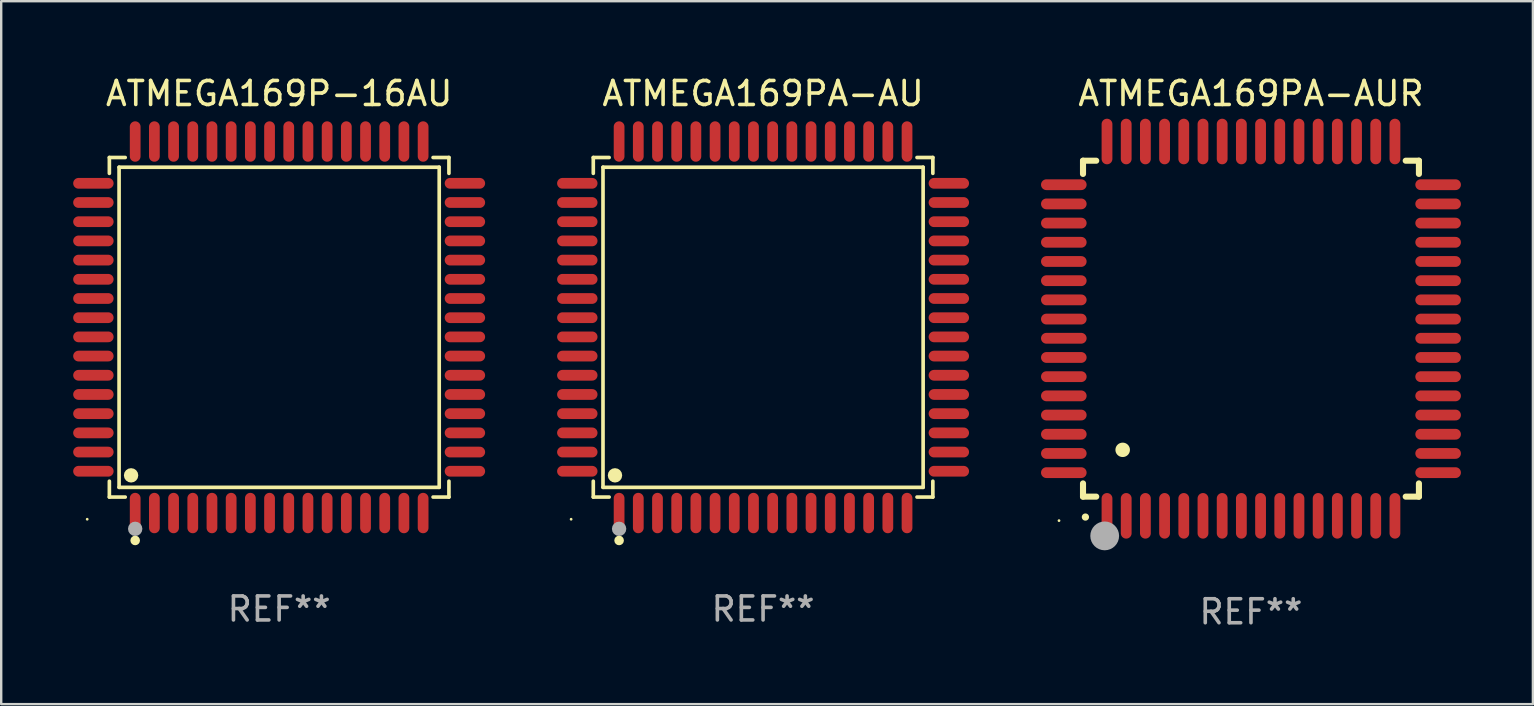
<source format=kicad_pcb>
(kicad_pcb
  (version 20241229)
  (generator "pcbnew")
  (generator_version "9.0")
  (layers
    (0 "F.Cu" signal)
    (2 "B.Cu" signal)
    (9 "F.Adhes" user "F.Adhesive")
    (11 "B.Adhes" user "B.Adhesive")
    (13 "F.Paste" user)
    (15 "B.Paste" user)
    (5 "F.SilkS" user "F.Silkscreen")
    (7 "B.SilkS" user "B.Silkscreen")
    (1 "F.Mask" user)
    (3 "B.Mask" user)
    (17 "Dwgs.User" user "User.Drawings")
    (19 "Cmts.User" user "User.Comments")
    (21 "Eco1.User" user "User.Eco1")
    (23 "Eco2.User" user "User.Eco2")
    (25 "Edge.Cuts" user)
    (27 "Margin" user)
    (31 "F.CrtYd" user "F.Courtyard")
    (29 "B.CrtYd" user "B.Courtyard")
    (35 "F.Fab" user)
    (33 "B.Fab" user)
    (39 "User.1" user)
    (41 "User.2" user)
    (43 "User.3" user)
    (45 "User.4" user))
  (footprint "ATMEGA169PA-AU"
    (layer "F.Cu")
    (at 28.752 10.59)
    (property "Reference" "ATMEGA169PA-AU" (at 0 -9.742 0) (layer "F.SilkS") (effects (font (size 1 1) (thickness 0.15))))
    (attr through_hole)
    (fp_line (start -7.076 -7.076) (end -6.415 -7.076) (stroke (width 0.152) (type solid)) (layer "F.SilkS"))
    (fp_line (start -7.076 -6.415) (end -7.076 -7.076) (stroke (width 0.152) (type solid)) (layer "F.SilkS"))
    (fp_line (start -7.076 6.415) (end -7.076 7.076) (stroke (width 0.152) (type solid)) (layer "F.SilkS"))
    (fp_line (start -7.076 7.076) (end -6.415 7.076) (stroke (width 0.152) (type solid)) (layer "F.SilkS"))
    (fp_line (start -6.671 -6.671) (end 6.671 -6.671) (stroke (width 0.152) (type solid)) (layer "F.SilkS"))
    (fp_line (start -6.671 6.671) (end -6.671 -6.671) (stroke (width 0.152) (type solid)) (layer "F.SilkS"))
    (fp_line (start 6.671 -6.671) (end 6.671 6.671) (stroke (width 0.152) (type solid)) (layer "F.SilkS"))
    (fp_line (start 6.671 6.671) (end -6.671 6.671) (stroke (width 0.152) (type solid)) (layer "F.SilkS"))
    (fp_line (start 7.076 -7.076) (end 6.415 -7.076) (stroke (width 0.152) (type solid)) (layer "F.SilkS"))
    (fp_line (start 7.076 -6.415) (end 7.076 -7.076) (stroke (width 0.152) (type solid)) (layer "F.SilkS"))
    (fp_line (start 7.076 6.415) (end 7.076 7.076) (stroke (width 0.152) (type solid)) (layer "F.SilkS"))
    (fp_line (start 7.076 7.076) (end 6.415 7.076) (stroke (width 0.152) (type solid)) (layer "F.SilkS"))
    (fp_circle (center -8 8) (end -7.97 8) (stroke (width 0.06) (type solid)) (fill no) (layer "F.SilkS"))
    (fp_circle (center -6.171 6.171) (end -6.021 6.171) (stroke (width 0.3) (type solid)) (fill no) (layer "F.SilkS"))
    (fp_circle (center -6 8.884) (end -5.9 8.884) (stroke (width 0.2) (type solid)) (fill no) (layer "F.SilkS"))
    (fp_circle (center -6 8.4) (end -5.85 8.4) (stroke (width 0.3) (type solid)) (fill no) (layer "F.Fab"))
    (fp_text user "REF**" (at 0 11.742 0) (layer "F.Fab") (effects (font (size 1 1) (thickness 0.15))))
    (pad "1" smd oval (at -6 7.742) (size 0.448 1.684) (layers "F.Cu" "F.Mask" "F.Paste"))
    (pad "2" smd oval (at -5.2 7.742) (size 0.448 1.684) (layers "F.Cu" "F.Mask" "F.Paste"))
    (pad "3" smd oval (at -4.4 7.742) (size 0.448 1.684) (layers "F.Cu" "F.Mask" "F.Paste"))
    (pad "4" smd oval (at -3.6 7.742) (size 0.448 1.684) (layers "F.Cu" "F.Mask" "F.Paste"))
    (pad "5" smd oval (at -2.8 7.742) (size 0.448 1.684) (layers "F.Cu" "F.Mask" "F.Paste"))
    (pad "6" smd oval (at -2 7.742) (size 0.448 1.684) (layers "F.Cu" "F.Mask" "F.Paste"))
    (pad "7" smd oval (at -1.2 7.742) (size 0.448 1.684) (layers "F.Cu" "F.Mask" "F.Paste"))
    (pad "8" smd oval (at -0.4 7.742) (size 0.448 1.684) (layers "F.Cu" "F.Mask" "F.Paste"))
    (pad "9" smd oval (at 0.4 7.742) (size 0.448 1.684) (layers "F.Cu" "F.Mask" "F.Paste"))
    (pad "10" smd oval (at 1.2 7.742) (size 0.448 1.684) (layers "F.Cu" "F.Mask" "F.Paste"))
    (pad "11" smd oval (at 2 7.742) (size 0.448 1.684) (layers "F.Cu" "F.Mask" "F.Paste"))
    (pad "12" smd oval (at 2.8 7.742) (size 0.448 1.684) (layers "F.Cu" "F.Mask" "F.Paste"))
    (pad "13" smd oval (at 3.6 7.742) (size 0.448 1.684) (layers "F.Cu" "F.Mask" "F.Paste"))
    (pad "14" smd oval (at 4.4 7.742) (size 0.448 1.684) (layers "F.Cu" "F.Mask" "F.Paste"))
    (pad "15" smd oval (at 5.2 7.742) (size 0.448 1.684) (layers "F.Cu" "F.Mask" "F.Paste"))
    (pad "16" smd oval (at 6 7.742) (size 0.448 1.684) (layers "F.Cu" "F.Mask" "F.Paste"))
    (pad "17" smd oval (at 7.742 6) (size 1.684 0.448) (layers "F.Cu" "F.Mask" "F.Paste"))
    (pad "18" smd oval (at 7.742 5.2) (size 1.684 0.448) (layers "F.Cu" "F.Mask" "F.Paste"))
    (pad "19" smd oval (at 7.742 4.4) (size 1.684 0.448) (layers "F.Cu" "F.Mask" "F.Paste"))
    (pad "20" smd oval (at 7.742 3.6) (size 1.684 0.448) (layers "F.Cu" "F.Mask" "F.Paste"))
    (pad "21" smd oval (at 7.742 2.8) (size 1.684 0.448) (layers "F.Cu" "F.Mask" "F.Paste"))
    (pad "22" smd oval (at 7.742 2) (size 1.684 0.448) (layers "F.Cu" "F.Mask" "F.Paste"))
    (pad "23" smd oval (at 7.742 1.2) (size 1.684 0.448) (layers "F.Cu" "F.Mask" "F.Paste"))
    (pad "24" smd oval (at 7.742 0.4) (size 1.684 0.448) (layers "F.Cu" "F.Mask" "F.Paste"))
    (pad "25" smd oval (at 7.742 -0.4) (size 1.684 0.448) (layers "F.Cu" "F.Mask" "F.Paste"))
    (pad "26" smd oval (at 7.742 -1.2) (size 1.684 0.448) (layers "F.Cu" "F.Mask" "F.Paste"))
    (pad "27" smd oval (at 7.742 -2) (size 1.684 0.448) (layers "F.Cu" "F.Mask" "F.Paste"))
    (pad "28" smd oval (at 7.742 -2.8) (size 1.684 0.448) (layers "F.Cu" "F.Mask" "F.Paste"))
    (pad "29" smd oval (at 7.742 -3.6) (size 1.684 0.448) (layers "F.Cu" "F.Mask" "F.Paste"))
    (pad "30" smd oval (at 7.742 -4.4) (size 1.684 0.448) (layers "F.Cu" "F.Mask" "F.Paste"))
    (pad "31" smd oval (at 7.742 -5.2) (size 1.684 0.448) (layers "F.Cu" "F.Mask" "F.Paste"))
    (pad "32" smd oval (at 7.742 -6) (size 1.684 0.448) (layers "F.Cu" "F.Mask" "F.Paste"))
    (pad "33" smd oval (at 6 -7.742) (size 0.448 1.684) (layers "F.Cu" "F.Mask" "F.Paste"))
    (pad "34" smd oval (at 5.2 -7.742) (size 0.448 1.684) (layers "F.Cu" "F.Mask" "F.Paste"))
    (pad "35" smd oval (at 4.4 -7.742) (size 0.448 1.684) (layers "F.Cu" "F.Mask" "F.Paste"))
    (pad "36" smd oval (at 3.6 -7.742) (size 0.448 1.684) (layers "F.Cu" "F.Mask" "F.Paste"))
    (pad "37" smd oval (at 2.8 -7.742) (size 0.448 1.684) (layers "F.Cu" "F.Mask" "F.Paste"))
    (pad "38" smd oval (at 2 -7.742) (size 0.448 1.684) (layers "F.Cu" "F.Mask" "F.Paste"))
    (pad "39" smd oval (at 1.2 -7.742) (size 0.448 1.684) (layers "F.Cu" "F.Mask" "F.Paste"))
    (pad "40" smd oval (at 0.4 -7.742) (size 0.448 1.684) (layers "F.Cu" "F.Mask" "F.Paste"))
    (pad "41" smd oval (at -0.4 -7.742) (size 0.448 1.684) (layers "F.Cu" "F.Mask" "F.Paste"))
    (pad "42" smd oval (at -1.2 -7.742) (size 0.448 1.684) (layers "F.Cu" "F.Mask" "F.Paste"))
    (pad "43" smd oval (at -2 -7.742) (size 0.448 1.684) (layers "F.Cu" "F.Mask" "F.Paste"))
    (pad "44" smd oval (at -2.8 -7.742) (size 0.448 1.684) (layers "F.Cu" "F.Mask" "F.Paste"))
    (pad "45" smd oval (at -3.6 -7.742) (size 0.448 1.684) (layers "F.Cu" "F.Mask" "F.Paste"))
    (pad "46" smd oval (at -4.4 -7.742) (size 0.448 1.684) (layers "F.Cu" "F.Mask" "F.Paste"))
    (pad "47" smd oval (at -5.2 -7.742) (size 0.448 1.684) (layers "F.Cu" "F.Mask" "F.Paste"))
    (pad "48" smd oval (at -6 -7.742) (size 0.448 1.684) (layers "F.Cu" "F.Mask" "F.Paste"))
    (pad "49" smd oval (at -7.742 -6) (size 1.684 0.448) (layers "F.Cu" "F.Mask" "F.Paste"))
    (pad "50" smd oval (at -7.742 -5.2) (size 1.684 0.448) (layers "F.Cu" "F.Mask" "F.Paste"))
    (pad "51" smd oval (at -7.742 -4.4) (size 1.684 0.448) (layers "F.Cu" "F.Mask" "F.Paste"))
    (pad "52" smd oval (at -7.742 -3.6) (size 1.684 0.448) (layers "F.Cu" "F.Mask" "F.Paste"))
    (pad "53" smd oval (at -7.742 -2.8) (size 1.684 0.448) (layers "F.Cu" "F.Mask" "F.Paste"))
    (pad "54" smd oval (at -7.742 -2) (size 1.684 0.448) (layers "F.Cu" "F.Mask" "F.Paste"))
    (pad "55" smd oval (at -7.742 -1.2) (size 1.684 0.448) (layers "F.Cu" "F.Mask" "F.Paste"))
    (pad "56" smd oval (at -7.742 -0.4) (size 1.684 0.448) (layers "F.Cu" "F.Mask" "F.Paste"))
    (pad "57" smd oval (at -7.742 0.4) (size 1.684 0.448) (layers "F.Cu" "F.Mask" "F.Paste"))
    (pad "58" smd oval (at -7.742 1.2) (size 1.684 0.448) (layers "F.Cu" "F.Mask" "F.Paste"))
    (pad "59" smd oval (at -7.742 2) (size 1.684 0.448) (layers "F.Cu" "F.Mask" "F.Paste"))
    (pad "60" smd oval (at -7.742 2.8) (size 1.684 0.448) (layers "F.Cu" "F.Mask" "F.Paste"))
    (pad "61" smd oval (at -7.742 3.6) (size 1.684 0.448) (layers "F.Cu" "F.Mask" "F.Paste"))
    (pad "62" smd oval (at -7.742 4.4) (size 1.684 0.448) (layers "F.Cu" "F.Mask" "F.Paste"))
    (pad "63" smd oval (at -7.742 5.2) (size 1.684 0.448) (layers "F.Cu" "F.Mask" "F.Paste"))
    (pad "64" smd oval (at -7.742 6) (size 1.684 0.448) (layers "F.Cu" "F.Mask" "F.Paste")))
  (footprint "ATMEGA169PA-AUR"
    (layer "F.Cu")
    (at 49.086 10.648)
    (property "Reference" "ATMEGA169PA-AUR" (at 0 -9.8 0) (layer "F.SilkS") (effects (font (size 1 1) (thickness 0.15))))
    (attr through_hole)
    (fp_line (start -7 -7) (end -6.449 -7) (stroke (width 0.254) (type solid)) (layer "F.SilkS"))
    (fp_line (start -7 -6.449) (end -7 -7) (stroke (width 0.254) (type solid)) (layer "F.SilkS"))
    (fp_line (start -7 7) (end -7 6.449) (stroke (width 0.254) (type solid)) (layer "F.SilkS"))
    (fp_line (start -6.449 7) (end -7 7) (stroke (width 0.254) (type solid)) (layer "F.SilkS"))
    (fp_line (start 6.449 -7) (end 7 -7) (stroke (width 0.254) (type solid)) (layer "F.SilkS"))
    (fp_line (start 7 -7) (end 7 -6.449) (stroke (width 0.254) (type solid)) (layer "F.SilkS"))
    (fp_line (start 7 6.449) (end 7 7) (stroke (width 0.254) (type solid)) (layer "F.SilkS"))
    (fp_line (start 7 7) (end 6.449 7) (stroke (width 0.254) (type solid)) (layer "F.SilkS"))
    (fp_arc (start -6.901143 7.851207) (mid -6.899873 7.851202) (end -6.898603 7.851207) (stroke (width 0.3) (type solid)) (layer "F.SilkS"))
    (fp_arc (start -5.3492 5.049581) (mid -5.34666 5.04957) (end -5.34412 5.049581) (stroke (width 0.6) (type solid)) (layer "F.SilkS"))
    (fp_circle (center -8 8) (end -7.97 8) (stroke (width 0.06) (type solid)) (fill no) (layer "F.SilkS"))
    (fp_circle (center -6.096 8.636) (end -5.796 8.636) (stroke (width 0.6) (type solid)) (fill no) (layer "F.Fab"))
    (fp_text user "REF**" (at 0 11.8 0) (layer "F.Fab") (effects (font (size 1 1) (thickness 0.15))))
    (pad "1" smd oval (at -6 7.8 90) (size 1.9 0.45) (layers "F.Cu" "F.Mask" "F.Paste"))
    (pad "2" smd oval (at -5.2 7.8 90) (size 1.9 0.45) (layers "F.Cu" "F.Mask" "F.Paste"))
    (pad "3" smd oval (at -4.4 7.8 90) (size 1.9 0.45) (layers "F.Cu" "F.Mask" "F.Paste"))
    (pad "4" smd oval (at -3.6 7.8 90) (size 1.9 0.45) (layers "F.Cu" "F.Mask" "F.Paste"))
    (pad "5" smd oval (at -2.8 7.8 90) (size 1.9 0.45) (layers "F.Cu" "F.Mask" "F.Paste"))
    (pad "6" smd oval (at -2 7.8 90) (size 1.9 0.45) (layers "F.Cu" "F.Mask" "F.Paste"))
    (pad "7" smd oval (at -1.2 7.8 90) (size 1.9 0.45) (layers "F.Cu" "F.Mask" "F.Paste"))
    (pad "8" smd oval (at -0.4 7.8 90) (size 1.9 0.45) (layers "F.Cu" "F.Mask" "F.Paste"))
    (pad "9" smd oval (at 0.4 7.8 90) (size 1.9 0.45) (layers "F.Cu" "F.Mask" "F.Paste"))
    (pad "10" smd oval (at 1.2 7.8 90) (size 1.9 0.45) (layers "F.Cu" "F.Mask" "F.Paste"))
    (pad "11" smd oval (at 2 7.8 90) (size 1.9 0.45) (layers "F.Cu" "F.Mask" "F.Paste"))
    (pad "12" smd oval (at 2.8 7.8 90) (size 1.9 0.45) (layers "F.Cu" "F.Mask" "F.Paste"))
    (pad "13" smd oval (at 3.6 7.8 90) (size 1.9 0.45) (layers "F.Cu" "F.Mask" "F.Paste"))
    (pad "14" smd oval (at 4.4 7.8 90) (size 1.9 0.45) (layers "F.Cu" "F.Mask" "F.Paste"))
    (pad "15" smd oval (at 5.2 7.8 90) (size 1.9 0.45) (layers "F.Cu" "F.Mask" "F.Paste"))
    (pad "16" smd oval (at 6 7.8 90) (size 1.9 0.45) (layers "F.Cu" "F.Mask" "F.Paste"))
    (pad "17" smd oval (at 7.8 6 90) (size 0.45 1.9) (layers "F.Cu" "F.Mask" "F.Paste"))
    (pad "18" smd oval (at 7.8 5.2 90) (size 0.45 1.9) (layers "F.Cu" "F.Mask" "F.Paste"))
    (pad "19" smd oval (at 7.8 4.4 90) (size 0.45 1.9) (layers "F.Cu" "F.Mask" "F.Paste"))
    (pad "20" smd oval (at 7.8 3.6 90) (size 0.45 1.9) (layers "F.Cu" "F.Mask" "F.Paste"))
    (pad "21" smd oval (at 7.8 2.8 90) (size 0.45 1.9) (layers "F.Cu" "F.Mask" "F.Paste"))
    (pad "22" smd oval (at 7.8 2 90) (size 0.45 1.9) (layers "F.Cu" "F.Mask" "F.Paste"))
    (pad "23" smd oval (at 7.8 1.2 90) (size 0.45 1.9) (layers "F.Cu" "F.Mask" "F.Paste"))
    (pad "24" smd oval (at 7.8 0.4 90) (size 0.45 1.9) (layers "F.Cu" "F.Mask" "F.Paste"))
    (pad "25" smd oval (at 7.8 -0.4 90) (size 0.45 1.9) (layers "F.Cu" "F.Mask" "F.Paste"))
    (pad "26" smd oval (at 7.8 -1.2 90) (size 0.45 1.9) (layers "F.Cu" "F.Mask" "F.Paste"))
    (pad "27" smd oval (at 7.8 -2 90) (size 0.45 1.9) (layers "F.Cu" "F.Mask" "F.Paste"))
    (pad "28" smd oval (at 7.8 -2.8 90) (size 0.45 1.9) (layers "F.Cu" "F.Mask" "F.Paste"))
    (pad "29" smd oval (at 7.8 -3.6 90) (size 0.45 1.9) (layers "F.Cu" "F.Mask" "F.Paste"))
    (pad "30" smd oval (at 7.8 -4.4 90) (size 0.45 1.9) (layers "F.Cu" "F.Mask" "F.Paste"))
    (pad "31" smd oval (at 7.8 -5.2 90) (size 0.45 1.9) (layers "F.Cu" "F.Mask" "F.Paste"))
    (pad "32" smd oval (at 7.8 -6 90) (size 0.45 1.9) (layers "F.Cu" "F.Mask" "F.Paste"))
    (pad "33" smd oval (at 6 -7.8 90) (size 1.9 0.45) (layers "F.Cu" "F.Mask" "F.Paste"))
    (pad "34" smd oval (at 5.2 -7.8 90) (size 1.9 0.45) (layers "F.Cu" "F.Mask" "F.Paste"))
    (pad "35" smd oval (at 4.4 -7.8 90) (size 1.9 0.45) (layers "F.Cu" "F.Mask" "F.Paste"))
    (pad "36" smd oval (at 3.6 -7.8 90) (size 1.9 0.45) (layers "F.Cu" "F.Mask" "F.Paste"))
    (pad "37" smd oval (at 2.8 -7.8 90) (size 1.9 0.45) (layers "F.Cu" "F.Mask" "F.Paste"))
    (pad "38" smd oval (at 2 -7.8 90) (size 1.9 0.45) (layers "F.Cu" "F.Mask" "F.Paste"))
    (pad "39" smd oval (at 1.2 -7.8 90) (size 1.9 0.45) (layers "F.Cu" "F.Mask" "F.Paste"))
    (pad "40" smd oval (at 0.4 -7.8 90) (size 1.9 0.45) (layers "F.Cu" "F.Mask" "F.Paste"))
    (pad "41" smd oval (at -0.4 -7.8 90) (size 1.9 0.45) (layers "F.Cu" "F.Mask" "F.Paste"))
    (pad "42" smd oval (at -1.2 -7.8 90) (size 1.9 0.45) (layers "F.Cu" "F.Mask" "F.Paste"))
    (pad "43" smd oval (at -2 -7.8 90) (size 1.9 0.45) (layers "F.Cu" "F.Mask" "F.Paste"))
    (pad "44" smd oval (at -2.8 -7.8 90) (size 1.9 0.45) (layers "F.Cu" "F.Mask" "F.Paste"))
    (pad "45" smd oval (at -3.6 -7.8 90) (size 1.9 0.45) (layers "F.Cu" "F.Mask" "F.Paste"))
    (pad "46" smd oval (at -4.4 -7.8 90) (size 1.9 0.45) (layers "F.Cu" "F.Mask" "F.Paste"))
    (pad "47" smd oval (at -5.2 -7.8 90) (size 1.9 0.45) (layers "F.Cu" "F.Mask" "F.Paste"))
    (pad "48" smd oval (at -6 -7.8 90) (size 1.9 0.45) (layers "F.Cu" "F.Mask" "F.Paste"))
    (pad "49" smd oval (at -7.8 -6 90) (size 0.45 1.9) (layers "F.Cu" "F.Mask" "F.Paste"))
    (pad "50" smd oval (at -7.8 -5.2 90) (size 0.45 1.9) (layers "F.Cu" "F.Mask" "F.Paste"))
    (pad "51" smd oval (at -7.8 -4.4 90) (size 0.45 1.9) (layers "F.Cu" "F.Mask" "F.Paste"))
    (pad "52" smd oval (at -7.8 -3.6 90) (size 0.45 1.9) (layers "F.Cu" "F.Mask" "F.Paste"))
    (pad "53" smd oval (at -7.8 -2.8 90) (size 0.45 1.9) (layers "F.Cu" "F.Mask" "F.Paste"))
    (pad "54" smd oval (at -7.8 -2 90) (size 0.45 1.9) (layers "F.Cu" "F.Mask" "F.Paste"))
    (pad "55" smd oval (at -7.8 -1.2 90) (size 0.45 1.9) (layers "F.Cu" "F.Mask" "F.Paste"))
    (pad "56" smd oval (at -7.8 -0.4 90) (size 0.45 1.9) (layers "F.Cu" "F.Mask" "F.Paste"))
    (pad "57" smd oval (at -7.8 0.4 90) (size 0.45 1.9) (layers "F.Cu" "F.Mask" "F.Paste"))
    (pad "58" smd oval (at -7.8 1.2 90) (size 0.45 1.9) (layers "F.Cu" "F.Mask" "F.Paste"))
    (pad "59" smd oval (at -7.8 2 90) (size 0.45 1.9) (layers "F.Cu" "F.Mask" "F.Paste"))
    (pad "60" smd oval (at -7.8 2.8 90) (size 0.45 1.9) (layers "F.Cu" "F.Mask" "F.Paste"))
    (pad "61" smd oval (at -7.8 3.6 90) (size 0.45 1.9) (layers "F.Cu" "F.Mask" "F.Paste"))
    (pad "62" smd oval (at -7.8 4.4 90) (size 0.45 1.9) (layers "F.Cu" "F.Mask" "F.Paste"))
    (pad "63" smd oval (at -7.8 5.2 90) (size 0.45 1.9) (layers "F.Cu" "F.Mask" "F.Paste"))
    (pad "64" smd oval (at -7.8 6 90) (size 0.45 1.9) (layers "F.Cu" "F.Mask" "F.Paste")))
  (footprint "ATMEGA169P-16AU"
    (layer "F.Cu")
    (at 8.584 10.59)
    (property "Reference" "ATMEGA169P-16AU" (at 0 -9.742 0) (layer "F.SilkS") (effects (font (size 1 1) (thickness 0.15))))
    (attr through_hole)
    (fp_line (start -7.076 -7.076) (end -6.415 -7.076) (stroke (width 0.152) (type solid)) (layer "F.SilkS"))
    (fp_line (start -7.076 -6.415) (end -7.076 -7.076) (stroke (width 0.152) (type solid)) (layer "F.SilkS"))
    (fp_line (start -7.076 6.415) (end -7.076 7.076) (stroke (width 0.152) (type solid)) (layer "F.SilkS"))
    (fp_line (start -7.076 7.076) (end -6.415 7.076) (stroke (width 0.152) (type solid)) (layer "F.SilkS"))
    (fp_line (start -6.671 -6.671) (end 6.671 -6.671) (stroke (width 0.152) (type solid)) (layer "F.SilkS"))
    (fp_line (start -6.671 6.671) (end -6.671 -6.671) (stroke (width 0.152) (type solid)) (layer "F.SilkS"))
    (fp_line (start 6.671 -6.671) (end 6.671 6.671) (stroke (width 0.152) (type solid)) (layer "F.SilkS"))
    (fp_line (start 6.671 6.671) (end -6.671 6.671) (stroke (width 0.152) (type solid)) (layer "F.SilkS"))
    (fp_line (start 7.076 -7.076) (end 6.415 -7.076) (stroke (width 0.152) (type solid)) (layer "F.SilkS"))
    (fp_line (start 7.076 -6.415) (end 7.076 -7.076) (stroke (width 0.152) (type solid)) (layer "F.SilkS"))
    (fp_line (start 7.076 6.415) (end 7.076 7.076) (stroke (width 0.152) (type solid)) (layer "F.SilkS"))
    (fp_line (start 7.076 7.076) (end 6.415 7.076) (stroke (width 0.152) (type solid)) (layer "F.SilkS"))
    (fp_circle (center -8 8) (end -7.97 8) (stroke (width 0.06) (type solid)) (fill no) (layer "F.SilkS"))
    (fp_circle (center -6.171 6.171) (end -6.021 6.171) (stroke (width 0.3) (type solid)) (fill no) (layer "F.SilkS"))
    (fp_circle (center -6 8.884) (end -5.9 8.884) (stroke (width 0.2) (type solid)) (fill no) (layer "F.SilkS"))
    (fp_circle (center -6 8.4) (end -5.85 8.4) (stroke (width 0.3) (type solid)) (fill no) (layer "F.Fab"))
    (fp_text user "REF**" (at 0 11.742 0) (layer "F.Fab") (effects (font (size 1 1) (thickness 0.15))))
    (pad "1" smd oval (at -6 7.742) (size 0.448 1.684) (layers "F.Cu" "F.Mask" "F.Paste"))
    (pad "2" smd oval (at -5.2 7.742) (size 0.448 1.684) (layers "F.Cu" "F.Mask" "F.Paste"))
    (pad "3" smd oval (at -4.4 7.742) (size 0.448 1.684) (layers "F.Cu" "F.Mask" "F.Paste"))
    (pad "4" smd oval (at -3.6 7.742) (size 0.448 1.684) (layers "F.Cu" "F.Mask" "F.Paste"))
    (pad "5" smd oval (at -2.8 7.742) (size 0.448 1.684) (layers "F.Cu" "F.Mask" "F.Paste"))
    (pad "6" smd oval (at -2 7.742) (size 0.448 1.684) (layers "F.Cu" "F.Mask" "F.Paste"))
    (pad "7" smd oval (at -1.2 7.742) (size 0.448 1.684) (layers "F.Cu" "F.Mask" "F.Paste"))
    (pad "8" smd oval (at -0.4 7.742) (size 0.448 1.684) (layers "F.Cu" "F.Mask" "F.Paste"))
    (pad "9" smd oval (at 0.4 7.742) (size 0.448 1.684) (layers "F.Cu" "F.Mask" "F.Paste"))
    (pad "10" smd oval (at 1.2 7.742) (size 0.448 1.684) (layers "F.Cu" "F.Mask" "F.Paste"))
    (pad "11" smd oval (at 2 7.742) (size 0.448 1.684) (layers "F.Cu" "F.Mask" "F.Paste"))
    (pad "12" smd oval (at 2.8 7.742) (size 0.448 1.684) (layers "F.Cu" "F.Mask" "F.Paste"))
    (pad "13" smd oval (at 3.6 7.742) (size 0.448 1.684) (layers "F.Cu" "F.Mask" "F.Paste"))
    (pad "14" smd oval (at 4.4 7.742) (size 0.448 1.684) (layers "F.Cu" "F.Mask" "F.Paste"))
    (pad "15" smd oval (at 5.2 7.742) (size 0.448 1.684) (layers "F.Cu" "F.Mask" "F.Paste"))
    (pad "16" smd oval (at 6 7.742) (size 0.448 1.684) (layers "F.Cu" "F.Mask" "F.Paste"))
    (pad "17" smd oval (at 7.742 6) (size 1.684 0.448) (layers "F.Cu" "F.Mask" "F.Paste"))
    (pad "18" smd oval (at 7.742 5.2) (size 1.684 0.448) (layers "F.Cu" "F.Mask" "F.Paste"))
    (pad "19" smd oval (at 7.742 4.4) (size 1.684 0.448) (layers "F.Cu" "F.Mask" "F.Paste"))
    (pad "20" smd oval (at 7.742 3.6) (size 1.684 0.448) (layers "F.Cu" "F.Mask" "F.Paste"))
    (pad "21" smd oval (at 7.742 2.8) (size 1.684 0.448) (layers "F.Cu" "F.Mask" "F.Paste"))
    (pad "22" smd oval (at 7.742 2) (size 1.684 0.448) (layers "F.Cu" "F.Mask" "F.Paste"))
    (pad "23" smd oval (at 7.742 1.2) (size 1.684 0.448) (layers "F.Cu" "F.Mask" "F.Paste"))
    (pad "24" smd oval (at 7.742 0.4) (size 1.684 0.448) (layers "F.Cu" "F.Mask" "F.Paste"))
    (pad "25" smd oval (at 7.742 -0.4) (size 1.684 0.448) (layers "F.Cu" "F.Mask" "F.Paste"))
    (pad "26" smd oval (at 7.742 -1.2) (size 1.684 0.448) (layers "F.Cu" "F.Mask" "F.Paste"))
    (pad "27" smd oval (at 7.742 -2) (size 1.684 0.448) (layers "F.Cu" "F.Mask" "F.Paste"))
    (pad "28" smd oval (at 7.742 -2.8) (size 1.684 0.448) (layers "F.Cu" "F.Mask" "F.Paste"))
    (pad "29" smd oval (at 7.742 -3.6) (size 1.684 0.448) (layers "F.Cu" "F.Mask" "F.Paste"))
    (pad "30" smd oval (at 7.742 -4.4) (size 1.684 0.448) (layers "F.Cu" "F.Mask" "F.Paste"))
    (pad "31" smd oval (at 7.742 -5.2) (size 1.684 0.448) (layers "F.Cu" "F.Mask" "F.Paste"))
    (pad "32" smd oval (at 7.742 -6) (size 1.684 0.448) (layers "F.Cu" "F.Mask" "F.Paste"))
    (pad "33" smd oval (at 6 -7.742) (size 0.448 1.684) (layers "F.Cu" "F.Mask" "F.Paste"))
    (pad "34" smd oval (at 5.2 -7.742) (size 0.448 1.684) (layers "F.Cu" "F.Mask" "F.Paste"))
    (pad "35" smd oval (at 4.4 -7.742) (size 0.448 1.684) (layers "F.Cu" "F.Mask" "F.Paste"))
    (pad "36" smd oval (at 3.6 -7.742) (size 0.448 1.684) (layers "F.Cu" "F.Mask" "F.Paste"))
    (pad "37" smd oval (at 2.8 -7.742) (size 0.448 1.684) (layers "F.Cu" "F.Mask" "F.Paste"))
    (pad "38" smd oval (at 2 -7.742) (size 0.448 1.684) (layers "F.Cu" "F.Mask" "F.Paste"))
    (pad "39" smd oval (at 1.2 -7.742) (size 0.448 1.684) (layers "F.Cu" "F.Mask" "F.Paste"))
    (pad "40" smd oval (at 0.4 -7.742) (size 0.448 1.684) (layers "F.Cu" "F.Mask" "F.Paste"))
    (pad "41" smd oval (at -0.4 -7.742) (size 0.448 1.684) (layers "F.Cu" "F.Mask" "F.Paste"))
    (pad "42" smd oval (at -1.2 -7.742) (size 0.448 1.684) (layers "F.Cu" "F.Mask" "F.Paste"))
    (pad "43" smd oval (at -2 -7.742) (size 0.448 1.684) (layers "F.Cu" "F.Mask" "F.Paste"))
    (pad "44" smd oval (at -2.8 -7.742) (size 0.448 1.684) (layers "F.Cu" "F.Mask" "F.Paste"))
    (pad "45" smd oval (at -3.6 -7.742) (size 0.448 1.684) (layers "F.Cu" "F.Mask" "F.Paste"))
    (pad "46" smd oval (at -4.4 -7.742) (size 0.448 1.684) (layers "F.Cu" "F.Mask" "F.Paste"))
    (pad "47" smd oval (at -5.2 -7.742) (size 0.448 1.684) (layers "F.Cu" "F.Mask" "F.Paste"))
    (pad "48" smd oval (at -6 -7.742) (size 0.448 1.684) (layers "F.Cu" "F.Mask" "F.Paste"))
    (pad "49" smd oval (at -7.742 -6) (size 1.684 0.448) (layers "F.Cu" "F.Mask" "F.Paste"))
    (pad "50" smd oval (at -7.742 -5.2) (size 1.684 0.448) (layers "F.Cu" "F.Mask" "F.Paste"))
    (pad "51" smd oval (at -7.742 -4.4) (size 1.684 0.448) (layers "F.Cu" "F.Mask" "F.Paste"))
    (pad "52" smd oval (at -7.742 -3.6) (size 1.684 0.448) (layers "F.Cu" "F.Mask" "F.Paste"))
    (pad "53" smd oval (at -7.742 -2.8) (size 1.684 0.448) (layers "F.Cu" "F.Mask" "F.Paste"))
    (pad "54" smd oval (at -7.742 -2) (size 1.684 0.448) (layers "F.Cu" "F.Mask" "F.Paste"))
    (pad "55" smd oval (at -7.742 -1.2) (size 1.684 0.448) (layers "F.Cu" "F.Mask" "F.Paste"))
    (pad "56" smd oval (at -7.742 -0.4) (size 1.684 0.448) (layers "F.Cu" "F.Mask" "F.Paste"))
    (pad "57" smd oval (at -7.742 0.4) (size 1.684 0.448) (layers "F.Cu" "F.Mask" "F.Paste"))
    (pad "58" smd oval (at -7.742 1.2) (size 1.684 0.448) (layers "F.Cu" "F.Mask" "F.Paste"))
    (pad "59" smd oval (at -7.742 2) (size 1.684 0.448) (layers "F.Cu" "F.Mask" "F.Paste"))
    (pad "60" smd oval (at -7.742 2.8) (size 1.684 0.448) (layers "F.Cu" "F.Mask" "F.Paste"))
    (pad "61" smd oval (at -7.742 3.6) (size 1.684 0.448) (layers "F.Cu" "F.Mask" "F.Paste"))
    (pad "62" smd oval (at -7.742 4.4) (size 1.684 0.448) (layers "F.Cu" "F.Mask" "F.Paste"))
    (pad "63" smd oval (at -7.742 5.2) (size 1.684 0.448) (layers "F.Cu" "F.Mask" "F.Paste"))
    (pad "64" smd oval (at -7.742 6) (size 1.684 0.448) (layers "F.Cu" "F.Mask" "F.Paste")))
  (gr_rect
    (start -3 -3)
    (end 60.836 26.297)
    (stroke (width 0.1) (type default))
    (fill no)
    (layer "Edge.Cuts")))
</source>
